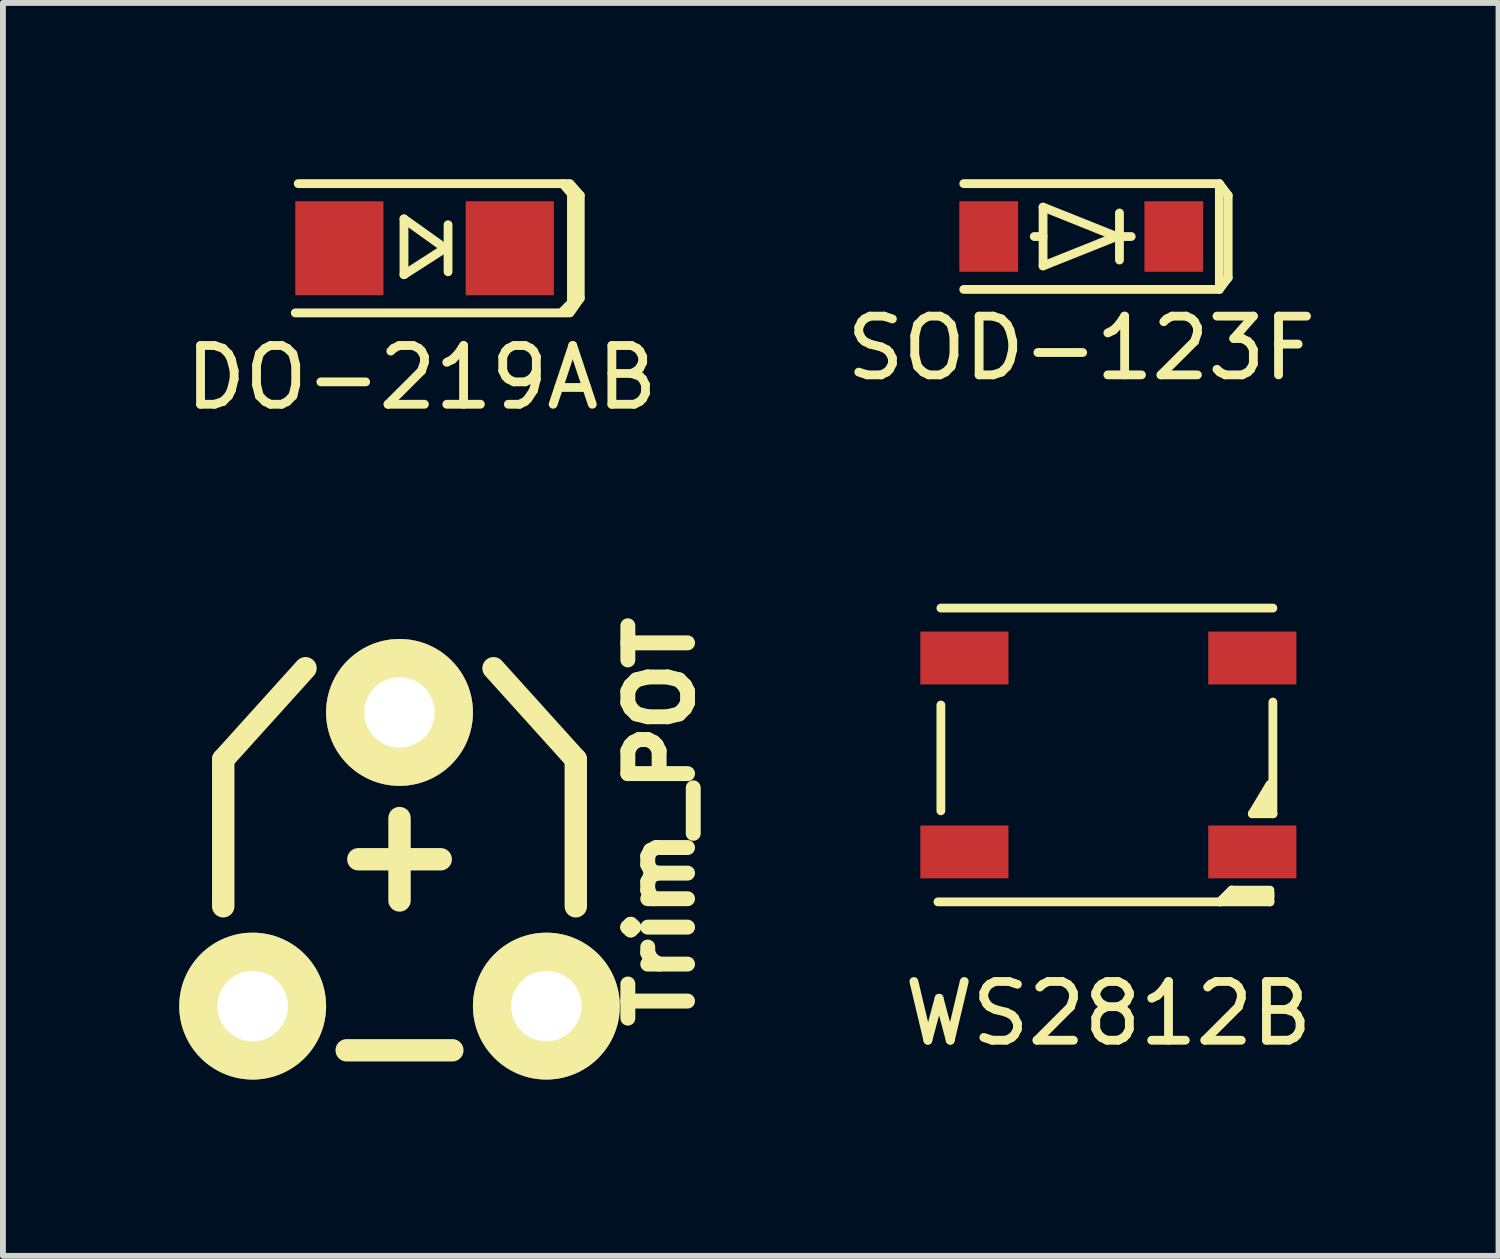
<source format=kicad_pcb>
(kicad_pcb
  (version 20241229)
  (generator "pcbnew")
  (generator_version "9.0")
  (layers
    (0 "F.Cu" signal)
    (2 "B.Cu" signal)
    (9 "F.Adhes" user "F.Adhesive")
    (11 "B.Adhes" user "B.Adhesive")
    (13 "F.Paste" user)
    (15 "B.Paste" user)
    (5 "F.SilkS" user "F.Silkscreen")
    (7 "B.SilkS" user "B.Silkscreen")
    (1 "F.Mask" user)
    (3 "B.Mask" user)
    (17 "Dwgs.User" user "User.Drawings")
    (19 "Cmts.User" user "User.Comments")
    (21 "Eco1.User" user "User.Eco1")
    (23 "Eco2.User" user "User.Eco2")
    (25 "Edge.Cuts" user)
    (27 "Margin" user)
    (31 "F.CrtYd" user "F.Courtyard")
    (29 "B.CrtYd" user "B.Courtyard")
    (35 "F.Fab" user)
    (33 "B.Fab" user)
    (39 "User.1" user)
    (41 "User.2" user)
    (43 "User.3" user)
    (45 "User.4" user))
  (footprint "Trim_POT"
    (layer "F.Cu")
    (at 3.749 11.573)
    (property "Reference" "Trim_POT" (at 4.445 -0.635 90) (layer "F.SilkS") (effects (font (size 1.016 1.016) (thickness 0.254))))
    (attr through_hole)
    (fp_line (start -3 -1.699) (end -3 0.8) (stroke (width 0.381) (type solid)) (layer "F.SilkS"))
    (fp_line (start -1.6 -3.251) (end -3 -1.699) (stroke (width 0.381) (type solid)) (layer "F.SilkS"))
    (fp_line (start -0.899 3.251) (end 0.899 3.251) (stroke (width 0.381) (type solid)) (layer "F.SilkS"))
    (fp_line (start -0.701 0) (end 0.701 0) (stroke (width 0.381) (type solid)) (layer "F.SilkS"))
    (fp_line (start 0 0.701) (end 0 -0.701) (stroke (width 0.381) (type solid)) (layer "F.SilkS"))
    (fp_line (start 1.6 -3.251) (end 3 -1.699) (stroke (width 0.381) (type solid)) (layer "F.SilkS"))
    (fp_line (start 3 -1.699) (end 3 0.8) (stroke (width 0.381) (type solid)) (layer "F.SilkS"))
    (pad "1" thru_hole circle (at -2.499 2.499) (size 2.499 2.499) (drill 1.199) (layers "*.Cu" "*.Mask" "F.SilkS"))
    (pad "2" thru_hole circle (at 0 -2.499) (size 2.499 2.499) (drill 1.199) (layers "*.Cu" "*.Mask" "F.SilkS"))
    (pad "3" thru_hole circle (at 2.499 2.499) (size 2.499 2.499) (drill 1.199) (layers "*.Cu" "*.Mask" "F.SilkS")))
  (footprint "DO-219AB"
    (layer "F.Cu")
    (at 4.175 1.175)
    (property "Reference" "DO-219AB" (at -0.05 2.2 0) (layer "F.SilkS") (effects (font (size 1 1) (thickness 0.15))))
    (attr through_hole)
    (fp_line (start -2.2 1.1) (end 2.45 1.1) (stroke (width 0.15) (type solid)) (layer "F.SilkS"))
    (fp_line (start -0.35 -0.5) (end -0.35 0.45) (stroke (width 0.15) (type solid)) (layer "F.SilkS"))
    (fp_line (start -0.35 0.45) (end 0.35 0) (stroke (width 0.15) (type solid)) (layer "F.SilkS"))
    (fp_line (start 0.35 0) (end -0.35 -0.5) (stroke (width 0.15) (type solid)) (layer "F.SilkS"))
    (fp_line (start 0.4 -0.4) (end 0.4 0.4) (stroke (width 0.15) (type solid)) (layer "F.SilkS"))
    (fp_line (start 2.35 -1.1) (end 2.5 -0.925) (stroke (width 0.15) (type solid)) (layer "F.SilkS"))
    (fp_line (start 2.35 1.075) (end 2.5 0.925) (stroke (width 0.15) (type solid)) (layer "F.SilkS"))
    (fp_line (start 2.45 -1.1) (end -2.15 -1.1) (stroke (width 0.15) (type solid)) (layer "F.SilkS"))
    (fp_line (start 2.475 -1.1) (end 2.65 -0.9) (stroke (width 0.15) (type solid)) (layer "F.SilkS"))
    (fp_line (start 2.475 1.1) (end 2.65 0.85) (stroke (width 0.15) (type solid)) (layer "F.SilkS"))
    (fp_line (start 2.5 1.05) (end 2.5 -1.05) (stroke (width 0.15) (type solid)) (layer "F.SilkS"))
    (fp_line (start 2.6 -0.9) (end 2.6 0.85) (stroke (width 0.15) (type solid)) (layer "F.SilkS"))
    (fp_line (start 2.6 0.85) (end 2.6 0.9) (stroke (width 0.15) (type solid)) (layer "F.SilkS"))
    (fp_line (start 2.65 -0.9) (end 2.65 0.85) (stroke (width 0.15) (type solid)) (layer "F.SilkS"))
    (pad "1" smd rect (at -1.45 0) (size 1.5 1.6) (layers "F.Cu" "F.Mask" "F.Paste"))
    (pad "2" smd rect (at 1.45 0) (size 1.5 1.6) (layers "F.Cu" "F.Mask" "F.Paste")))
  (footprint "SOD-123F"
    (layer "F.Cu")
    (at 15.351 0.975)
    (property "Reference" "SOD-123F" (at 0 1.9 0) (layer "F.SilkS") (effects (font (size 1 1) (thickness 0.15))))
    (attr through_hole)
    (fp_line (start -0.8 0) (end -0.65 0) (stroke (width 0.15) (type solid)) (layer "F.SilkS"))
    (fp_line (start -0.65 -0.5) (end -0.65 0.5) (stroke (width 0.15) (type solid)) (layer "F.SilkS"))
    (fp_line (start -0.65 0.5) (end 0.6 0) (stroke (width 0.15) (type solid)) (layer "F.SilkS"))
    (fp_line (start 0.6 0) (end -0.65 -0.5) (stroke (width 0.15) (type solid)) (layer "F.SilkS"))
    (fp_line (start 0.65 -0.4) (end 0.65 0.4) (stroke (width 0.15) (type solid)) (layer "F.SilkS"))
    (fp_line (start 0.85 0) (end 0.55 0) (stroke (width 0.15) (type solid)) (layer "F.SilkS"))
    (fp_line (start 2.3 -0.9) (end -2 -0.9) (stroke (width 0.15) (type solid)) (layer "F.SilkS"))
    (fp_line (start 2.3 0.9) (end -2 0.9) (stroke (width 0.15) (type solid)) (layer "F.SilkS"))
    (fp_line (start 2.35 -0.9) (end 2.35 0.9) (stroke (width 0.15) (type solid)) (layer "F.SilkS"))
    (fp_line (start 2.35 0.9) (end 2.5 0.7) (stroke (width 0.15) (type solid)) (layer "F.SilkS"))
    (fp_line (start 2.5 -0.7) (end 2.35 -0.9) (stroke (width 0.15) (type solid)) (layer "F.SilkS"))
    (fp_line (start 2.5 0.7) (end 2.5 -0.7) (stroke (width 0.15) (type solid)) (layer "F.SilkS"))
    (pad "1" smd rect (at -1.575 0) (size 1 1.2) (layers "F.Cu" "F.Mask" "F.Paste"))
    (pad "2" smd rect (at 1.575 0) (size 1 1.2) (layers "F.Cu" "F.Mask" "F.Paste")))
  (footprint "WS2812B"
    (layer "F.Cu")
    (at 15.812 9.798)
    (property "Reference" "WS2812B" (at 0 4.4 0) (layer "F.SilkS") (effects (font (size 1 1) (thickness 0.15))))
    (attr through_hole)
    (fp_line (start -2.85 -0.85) (end -2.85 0.95) (stroke (width 0.15) (type solid)) (layer "F.SilkS"))
    (fp_line (start 1.9 2.5) (end 2.1 2.3) (stroke (width 0.15) (type solid)) (layer "F.SilkS"))
    (fp_line (start 2.1 2.3) (end 1.9 2.5) (stroke (width 0.15) (type solid)) (layer "F.SilkS"))
    (fp_line (start 2.1 2.3) (end 2.75 2.3) (stroke (width 0.15) (type solid)) (layer "F.SilkS"))
    (fp_line (start 2.1 2.35) (end 2.75 2.35) (stroke (width 0.15) (type solid)) (layer "F.SilkS"))
    (fp_line (start 2.45 1) (end 2.8 1) (stroke (width 0.15) (type solid)) (layer "F.SilkS"))
    (fp_line (start 2.6 0.85) (end 2.7 0.75) (stroke (width 0.15) (type solid)) (layer "F.SilkS"))
    (fp_line (start 2.7 0.75) (end 2.7 0.85) (stroke (width 0.15) (type solid)) (layer "F.SilkS"))
    (fp_line (start 2.75 0.5) (end 2.45 1) (stroke (width 0.15) (type solid)) (layer "F.SilkS"))
    (fp_line (start 2.75 2.35) (end 2.75 2.5) (stroke (width 0.15) (type solid)) (layer "F.SilkS"))
    (fp_line (start 2.75 2.4) (end 2.05 2.4) (stroke (width 0.15) (type solid)) (layer "F.SilkS"))
    (fp_line (start 2.75 2.5) (end -2.9 2.5) (stroke (width 0.15) (type solid)) (layer "F.SilkS"))
    (fp_line (start 2.8 -2.5) (end -2.85 -2.5) (stroke (width 0.15) (type solid)) (layer "F.SilkS"))
    (fp_line (start 2.8 1) (end 2.6 0.85) (stroke (width 0.15) (type solid)) (layer "F.SilkS"))
    (fp_line (start 2.8 1) (end 2.8 -0.9) (stroke (width 0.15) (type solid)) (layer "F.SilkS"))
    (pad "1" smd rect (at -2.45 -1.65) (size 1.5 0.9) (layers "F.Cu" "F.Mask" "F.Paste"))
    (pad "2" smd rect (at -2.45 1.65) (size 1.5 0.9) (layers "F.Cu" "F.Mask" "F.Paste"))
    (pad "3" smd rect (at 2.45 1.65) (size 1.5 0.9) (layers "F.Cu" "F.Mask" "F.Paste"))
    (pad "4" smd rect (at 2.45 -1.65) (size 1.5 0.9) (layers "F.Cu" "F.Mask" "F.Paste")))
  (gr_rect
    (start -3 -3)
    (end 22.452 18.322)
    (stroke (width 0.1) (type default))
    (fill no)
    (layer "Edge.Cuts")))
</source>
